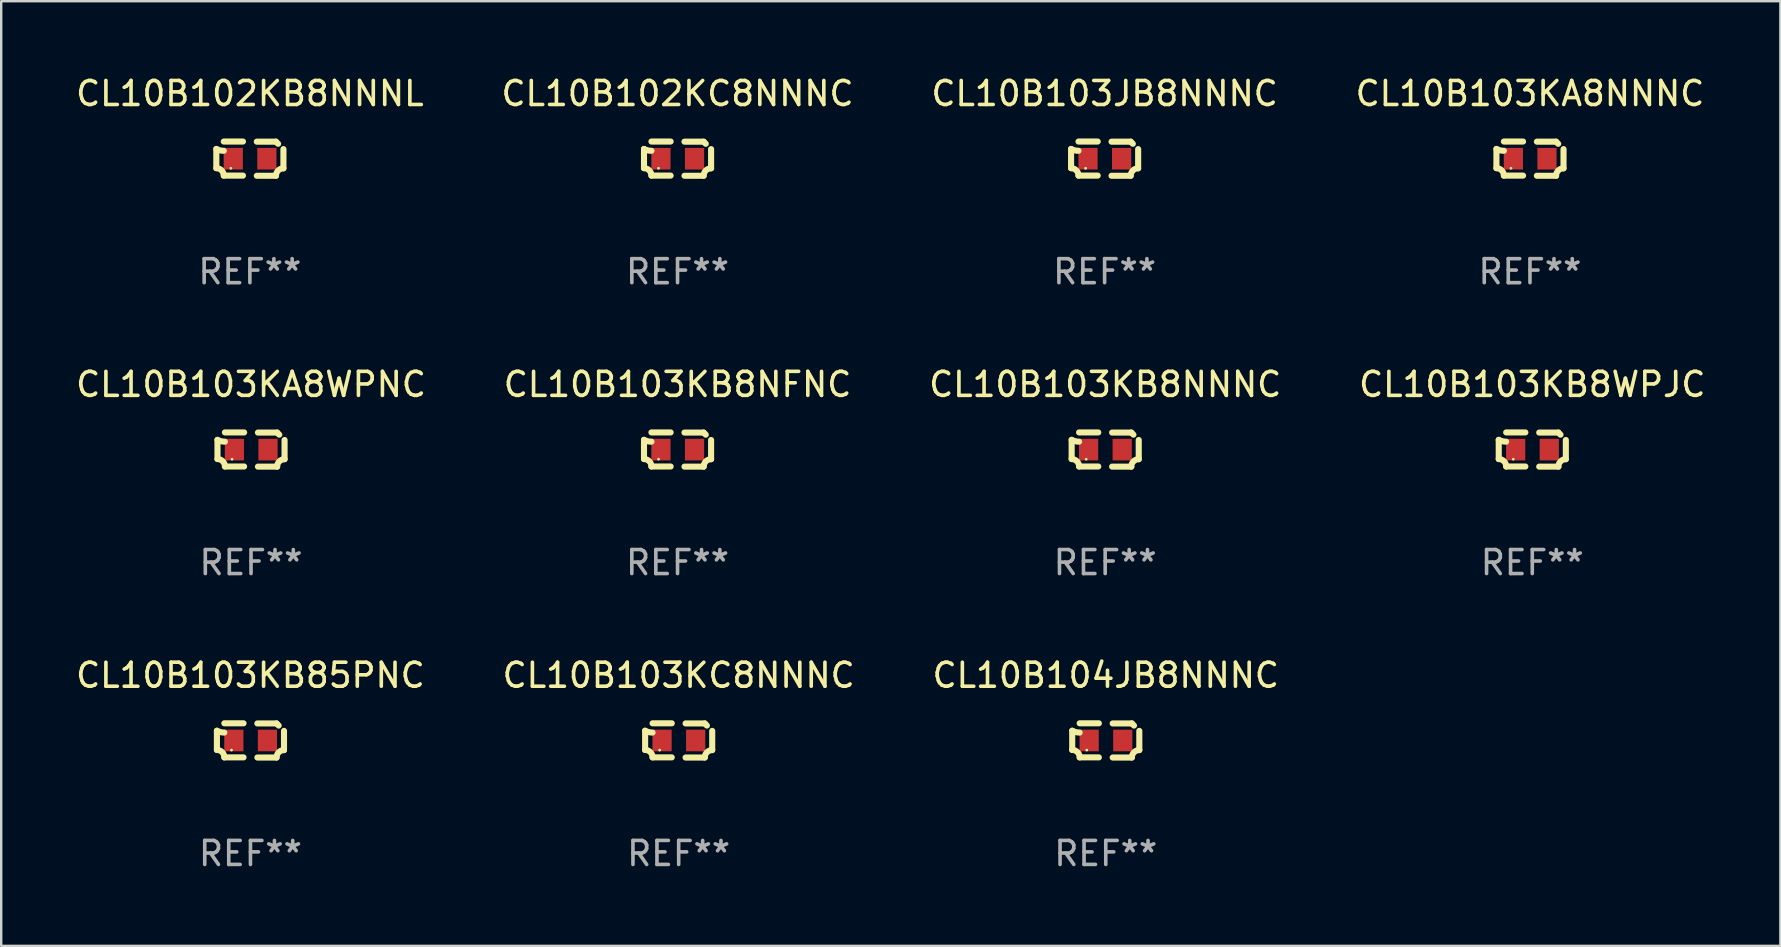
<source format=kicad_pcb>
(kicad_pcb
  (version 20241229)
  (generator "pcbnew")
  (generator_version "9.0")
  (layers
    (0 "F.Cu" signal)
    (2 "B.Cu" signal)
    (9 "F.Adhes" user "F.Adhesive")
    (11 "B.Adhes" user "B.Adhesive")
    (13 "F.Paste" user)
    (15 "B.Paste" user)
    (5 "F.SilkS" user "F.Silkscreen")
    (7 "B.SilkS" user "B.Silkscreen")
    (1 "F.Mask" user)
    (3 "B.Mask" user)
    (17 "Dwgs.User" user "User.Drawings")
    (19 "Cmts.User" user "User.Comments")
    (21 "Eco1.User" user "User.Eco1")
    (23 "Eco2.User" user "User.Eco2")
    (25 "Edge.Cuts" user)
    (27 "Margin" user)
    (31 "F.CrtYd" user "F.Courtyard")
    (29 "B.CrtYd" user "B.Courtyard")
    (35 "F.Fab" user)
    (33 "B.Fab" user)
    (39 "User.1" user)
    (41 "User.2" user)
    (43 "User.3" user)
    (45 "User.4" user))
  (footprint "CL10B103KB8WPJC"
    (layer "F.Cu")
    (at 60.804 15.683)
    (property "Reference" "CL10B103KB8WPJC" (at 0 -2.713 0) (layer "F.SilkS") (effects (font (size 1 1) (thickness 0.15))))
    (attr through_hole)
    (fp_line (start -1.398 -0.403) (end -1.398 0.397) (stroke (width 0.254) (type solid)) (layer "F.SilkS"))
    (fp_line (start -0.288 -0.713) (end -1.088 -0.713) (stroke (width 0.254) (type solid)) (layer "F.SilkS"))
    (fp_line (start -0.288 0.707) (end -1.088 0.707) (stroke (width 0.254) (type solid)) (layer "F.SilkS"))
    (fp_line (start 0.288 -0.707) (end 1.088 -0.707) (stroke (width 0.254) (type solid)) (layer "F.SilkS"))
    (fp_line (start 0.288 0.713) (end 1.088 0.713) (stroke (width 0.254) (type solid)) (layer "F.SilkS"))
    (fp_line (start 1.398 -0.397) (end 1.398 0.403) (stroke (width 0.254) (type solid)) (layer "F.SilkS"))
    (fp_arc (start -1.397789 0.397066) (mid -1.178701 0.487826) (end -1.08796 0.706922) (stroke (width 0.254001) (type solid)) (layer "F.SilkS"))
    (fp_arc (start -1.08796 -0.327176) (mid -1.247436 -0.346384) (end -1.39779 -0.402908) (stroke (width 0.254001) (type solid)) (layer "F.SilkS"))
    (fp_arc (start 1.087909 0.712738) (mid 1.178656 0.493655) (end 1.397739 0.402908) (stroke (width 0.254001) (type solid)) (layer "F.SilkS"))
    (fp_arc (start 1.175925 -0.618926) (mid 1.131917 -0.662923) (end 1.08791 -0.706922) (stroke (width 0.254001) (type solid)) (layer "F.SilkS"))
    (fp_circle (center -0.792 0.403) (end -0.762 0.403) (stroke (width 0.06) (type solid)) (fill no) (layer "F.SilkS"))
    (fp_text user "REF**" (at 0 4.713 0) (layer "F.Fab") (effects (font (size 1 1) (thickness 0.15))))
    (pad "1" smd rect (at -0.692 0.003) (size 0.8 0.9) (layers "F.Cu" "F.Mask" "F.Paste"))
    (pad "2" smd rect (at 0.708 0.003) (size 0.8 0.9) (layers "F.Cu" "F.Mask" "F.Paste")))
  (footprint "CL10B104JB8NNNC"
    (layer "F.Cu")
    (at 43.03 27.805)
    (property "Reference" "CL10B104JB8NNNC" (at 0 -2.713 0) (layer "F.SilkS") (effects (font (size 1 1) (thickness 0.15))))
    (attr through_hole)
    (fp_line (start -1.398 -0.403) (end -1.398 0.397) (stroke (width 0.254) (type solid)) (layer "F.SilkS"))
    (fp_line (start -0.288 -0.713) (end -1.088 -0.713) (stroke (width 0.254) (type solid)) (layer "F.SilkS"))
    (fp_line (start -0.288 0.707) (end -1.088 0.707) (stroke (width 0.254) (type solid)) (layer "F.SilkS"))
    (fp_line (start 0.288 -0.707) (end 1.088 -0.707) (stroke (width 0.254) (type solid)) (layer "F.SilkS"))
    (fp_line (start 0.288 0.713) (end 1.088 0.713) (stroke (width 0.254) (type solid)) (layer "F.SilkS"))
    (fp_line (start 1.398 -0.397) (end 1.398 0.403) (stroke (width 0.254) (type solid)) (layer "F.SilkS"))
    (fp_arc (start -1.397789 0.397066) (mid -1.178701 0.487826) (end -1.08796 0.706922) (stroke (width 0.254001) (type solid)) (layer "F.SilkS"))
    (fp_arc (start -1.08796 -0.327176) (mid -1.247436 -0.346384) (end -1.39779 -0.402908) (stroke (width 0.254001) (type solid)) (layer "F.SilkS"))
    (fp_arc (start 1.087909 0.712738) (mid 1.178656 0.493655) (end 1.397739 0.402908) (stroke (width 0.254001) (type solid)) (layer "F.SilkS"))
    (fp_arc (start 1.175925 -0.618926) (mid 1.131917 -0.662923) (end 1.08791 -0.706922) (stroke (width 0.254001) (type solid)) (layer "F.SilkS"))
    (fp_circle (center -0.792 0.403) (end -0.762 0.403) (stroke (width 0.06) (type solid)) (fill no) (layer "F.SilkS"))
    (fp_text user "REF**" (at 0 4.713 0) (layer "F.Fab") (effects (font (size 1 1) (thickness 0.15))))
    (pad "1" smd rect (at -0.692 0.003) (size 0.8 0.9) (layers "F.Cu" "F.Mask" "F.Paste"))
    (pad "2" smd rect (at 0.708 0.003) (size 0.8 0.9) (layers "F.Cu" "F.Mask" "F.Paste")))
  (footprint "CL10B103KA8WPNC"
    (layer "F.Cu")
    (at 7.411 15.683)
    (property "Reference" "CL10B103KA8WPNC" (at 0 -2.713 0) (layer "F.SilkS") (effects (font (size 1 1) (thickness 0.15))))
    (attr through_hole)
    (fp_line (start -1.398 -0.403) (end -1.398 0.397) (stroke (width 0.254) (type solid)) (layer "F.SilkS"))
    (fp_line (start -0.288 -0.713) (end -1.088 -0.713) (stroke (width 0.254) (type solid)) (layer "F.SilkS"))
    (fp_line (start -0.288 0.707) (end -1.088 0.707) (stroke (width 0.254) (type solid)) (layer "F.SilkS"))
    (fp_line (start 0.288 -0.707) (end 1.088 -0.707) (stroke (width 0.254) (type solid)) (layer "F.SilkS"))
    (fp_line (start 0.288 0.713) (end 1.088 0.713) (stroke (width 0.254) (type solid)) (layer "F.SilkS"))
    (fp_line (start 1.398 -0.397) (end 1.398 0.403) (stroke (width 0.254) (type solid)) (layer "F.SilkS"))
    (fp_arc (start -1.397789 0.397066) (mid -1.178701 0.487826) (end -1.08796 0.706922) (stroke (width 0.254001) (type solid)) (layer "F.SilkS"))
    (fp_arc (start -1.08796 -0.327176) (mid -1.247436 -0.346384) (end -1.39779 -0.402908) (stroke (width 0.254001) (type solid)) (layer "F.SilkS"))
    (fp_arc (start 1.087909 0.712738) (mid 1.178656 0.493655) (end 1.397739 0.402908) (stroke (width 0.254001) (type solid)) (layer "F.SilkS"))
    (fp_arc (start 1.175925 -0.618926) (mid 1.131917 -0.662923) (end 1.08791 -0.706922) (stroke (width 0.254001) (type solid)) (layer "F.SilkS"))
    (fp_circle (center -0.792 0.403) (end -0.762 0.403) (stroke (width 0.06) (type solid)) (fill no) (layer "F.SilkS"))
    (fp_text user "REF**" (at 0 4.713 0) (layer "F.Fab") (effects (font (size 1 1) (thickness 0.15))))
    (pad "1" smd rect (at -0.692 0.003) (size 0.8 0.9) (layers "F.Cu" "F.Mask" "F.Paste"))
    (pad "2" smd rect (at 0.708 0.003) (size 0.8 0.9) (layers "F.Cu" "F.Mask" "F.Paste")))
  (footprint "CL10B103JB8NNNC"
    (layer "F.Cu")
    (at 42.982 3.561)
    (property "Reference" "CL10B103JB8NNNC" (at 0 -2.713 0) (layer "F.SilkS") (effects (font (size 1 1) (thickness 0.15))))
    (attr through_hole)
    (fp_line (start -1.398 -0.403) (end -1.398 0.397) (stroke (width 0.254) (type solid)) (layer "F.SilkS"))
    (fp_line (start -0.288 -0.713) (end -1.088 -0.713) (stroke (width 0.254) (type solid)) (layer "F.SilkS"))
    (fp_line (start -0.288 0.707) (end -1.088 0.707) (stroke (width 0.254) (type solid)) (layer "F.SilkS"))
    (fp_line (start 0.288 -0.707) (end 1.088 -0.707) (stroke (width 0.254) (type solid)) (layer "F.SilkS"))
    (fp_line (start 0.288 0.713) (end 1.088 0.713) (stroke (width 0.254) (type solid)) (layer "F.SilkS"))
    (fp_line (start 1.398 -0.397) (end 1.398 0.403) (stroke (width 0.254) (type solid)) (layer "F.SilkS"))
    (fp_arc (start -1.397789 0.397066) (mid -1.178701 0.487826) (end -1.08796 0.706922) (stroke (width 0.254001) (type solid)) (layer "F.SilkS"))
    (fp_arc (start -1.08796 -0.327176) (mid -1.247436 -0.346384) (end -1.39779 -0.402908) (stroke (width 0.254001) (type solid)) (layer "F.SilkS"))
    (fp_arc (start 1.087909 0.712738) (mid 1.178656 0.493655) (end 1.397739 0.402908) (stroke (width 0.254001) (type solid)) (layer "F.SilkS"))
    (fp_arc (start 1.175925 -0.618926) (mid 1.131917 -0.662923) (end 1.08791 -0.706922) (stroke (width 0.254001) (type solid)) (layer "F.SilkS"))
    (fp_circle (center -0.792 0.403) (end -0.762 0.403) (stroke (width 0.06) (type solid)) (fill no) (layer "F.SilkS"))
    (fp_text user "REF**" (at 0 4.713 0) (layer "F.Fab") (effects (font (size 1 1) (thickness 0.15))))
    (pad "1" smd rect (at -0.692 0.003) (size 0.8 0.9) (layers "F.Cu" "F.Mask" "F.Paste"))
    (pad "2" smd rect (at 0.708 0.003) (size 0.8 0.9) (layers "F.Cu" "F.Mask" "F.Paste")))
  (footprint "CL10B103KB8NNNC"
    (layer "F.Cu")
    (at 43.006 15.683)
    (property "Reference" "CL10B103KB8NNNC" (at 0 -2.713 0) (layer "F.SilkS") (effects (font (size 1 1) (thickness 0.15))))
    (attr through_hole)
    (fp_line (start -1.398 -0.403) (end -1.398 0.397) (stroke (width 0.254) (type solid)) (layer "F.SilkS"))
    (fp_line (start -0.288 -0.713) (end -1.088 -0.713) (stroke (width 0.254) (type solid)) (layer "F.SilkS"))
    (fp_line (start -0.288 0.707) (end -1.088 0.707) (stroke (width 0.254) (type solid)) (layer "F.SilkS"))
    (fp_line (start 0.288 -0.707) (end 1.088 -0.707) (stroke (width 0.254) (type solid)) (layer "F.SilkS"))
    (fp_line (start 0.288 0.713) (end 1.088 0.713) (stroke (width 0.254) (type solid)) (layer "F.SilkS"))
    (fp_line (start 1.398 -0.397) (end 1.398 0.403) (stroke (width 0.254) (type solid)) (layer "F.SilkS"))
    (fp_arc (start -1.397789 0.397066) (mid -1.178701 0.487826) (end -1.08796 0.706922) (stroke (width 0.254001) (type solid)) (layer "F.SilkS"))
    (fp_arc (start -1.08796 -0.327176) (mid -1.247436 -0.346384) (end -1.39779 -0.402908) (stroke (width 0.254001) (type solid)) (layer "F.SilkS"))
    (fp_arc (start 1.087909 0.712738) (mid 1.178656 0.493655) (end 1.397739 0.402908) (stroke (width 0.254001) (type solid)) (layer "F.SilkS"))
    (fp_arc (start 1.175925 -0.618926) (mid 1.131917 -0.662923) (end 1.08791 -0.706922) (stroke (width 0.254001) (type solid)) (layer "F.SilkS"))
    (fp_circle (center -0.792 0.403) (end -0.762 0.403) (stroke (width 0.06) (type solid)) (fill no) (layer "F.SilkS"))
    (fp_text user "REF**" (at 0 4.713 0) (layer "F.Fab") (effects (font (size 1 1) (thickness 0.15))))
    (pad "1" smd rect (at -0.692 0.003) (size 0.8 0.9) (layers "F.Cu" "F.Mask" "F.Paste"))
    (pad "2" smd rect (at 0.708 0.003) (size 0.8 0.9) (layers "F.Cu" "F.Mask" "F.Paste")))
  (footprint "CL10B103KB8NFNC"
    (layer "F.Cu")
    (at 25.185 15.683)
    (property "Reference" "CL10B103KB8NFNC" (at 0 -2.713 0) (layer "F.SilkS") (effects (font (size 1 1) (thickness 0.15))))
    (attr through_hole)
    (fp_line (start -1.398 -0.403) (end -1.398 0.397) (stroke (width 0.254) (type solid)) (layer "F.SilkS"))
    (fp_line (start -0.288 -0.713) (end -1.088 -0.713) (stroke (width 0.254) (type solid)) (layer "F.SilkS"))
    (fp_line (start -0.288 0.707) (end -1.088 0.707) (stroke (width 0.254) (type solid)) (layer "F.SilkS"))
    (fp_line (start 0.288 -0.707) (end 1.088 -0.707) (stroke (width 0.254) (type solid)) (layer "F.SilkS"))
    (fp_line (start 0.288 0.713) (end 1.088 0.713) (stroke (width 0.254) (type solid)) (layer "F.SilkS"))
    (fp_line (start 1.398 -0.397) (end 1.398 0.403) (stroke (width 0.254) (type solid)) (layer "F.SilkS"))
    (fp_arc (start -1.397789 0.397066) (mid -1.178701 0.487826) (end -1.08796 0.706922) (stroke (width 0.254001) (type solid)) (layer "F.SilkS"))
    (fp_arc (start -1.08796 -0.327176) (mid -1.247436 -0.346384) (end -1.39779 -0.402908) (stroke (width 0.254001) (type solid)) (layer "F.SilkS"))
    (fp_arc (start 1.087909 0.712738) (mid 1.178656 0.493655) (end 1.397739 0.402908) (stroke (width 0.254001) (type solid)) (layer "F.SilkS"))
    (fp_arc (start 1.175925 -0.618926) (mid 1.131917 -0.662923) (end 1.08791 -0.706922) (stroke (width 0.254001) (type solid)) (layer "F.SilkS"))
    (fp_circle (center -0.792 0.403) (end -0.762 0.403) (stroke (width 0.06) (type solid)) (fill no) (layer "F.SilkS"))
    (fp_text user "REF**" (at 0 4.713 0) (layer "F.Fab") (effects (font (size 1 1) (thickness 0.15))))
    (pad "1" smd rect (at -0.692 0.003) (size 0.8 0.9) (layers "F.Cu" "F.Mask" "F.Paste"))
    (pad "2" smd rect (at 0.708 0.003) (size 0.8 0.9) (layers "F.Cu" "F.Mask" "F.Paste")))
  (footprint "CL10B103KA8NNNC"
    (layer "F.Cu")
    (at 60.708 3.561)
    (property "Reference" "CL10B103KA8NNNC" (at 0 -2.713 0) (layer "F.SilkS") (effects (font (size 1 1) (thickness 0.15))))
    (attr through_hole)
    (fp_line (start -1.398 -0.403) (end -1.398 0.397) (stroke (width 0.254) (type solid)) (layer "F.SilkS"))
    (fp_line (start -0.288 -0.713) (end -1.088 -0.713) (stroke (width 0.254) (type solid)) (layer "F.SilkS"))
    (fp_line (start -0.288 0.707) (end -1.088 0.707) (stroke (width 0.254) (type solid)) (layer "F.SilkS"))
    (fp_line (start 0.288 -0.707) (end 1.088 -0.707) (stroke (width 0.254) (type solid)) (layer "F.SilkS"))
    (fp_line (start 0.288 0.713) (end 1.088 0.713) (stroke (width 0.254) (type solid)) (layer "F.SilkS"))
    (fp_line (start 1.398 -0.397) (end 1.398 0.403) (stroke (width 0.254) (type solid)) (layer "F.SilkS"))
    (fp_arc (start -1.397789 0.397066) (mid -1.178701 0.487826) (end -1.08796 0.706922) (stroke (width 0.254001) (type solid)) (layer "F.SilkS"))
    (fp_arc (start -1.08796 -0.327176) (mid -1.247436 -0.346384) (end -1.39779 -0.402908) (stroke (width 0.254001) (type solid)) (layer "F.SilkS"))
    (fp_arc (start 1.087909 0.712738) (mid 1.178656 0.493655) (end 1.397739 0.402908) (stroke (width 0.254001) (type solid)) (layer "F.SilkS"))
    (fp_arc (start 1.175925 -0.618926) (mid 1.131917 -0.662923) (end 1.08791 -0.706922) (stroke (width 0.254001) (type solid)) (layer "F.SilkS"))
    (fp_circle (center -0.792 0.403) (end -0.762 0.403) (stroke (width 0.06) (type solid)) (fill no) (layer "F.SilkS"))
    (fp_text user "REF**" (at 0 4.713 0) (layer "F.Fab") (effects (font (size 1 1) (thickness 0.15))))
    (pad "1" smd rect (at -0.692 0.003) (size 0.8 0.9) (layers "F.Cu" "F.Mask" "F.Paste"))
    (pad "2" smd rect (at 0.708 0.003) (size 0.8 0.9) (layers "F.Cu" "F.Mask" "F.Paste")))
  (footprint "CL10B103KB85PNC"
    (layer "F.Cu")
    (at 7.387 27.805)
    (property "Reference" "CL10B103KB85PNC" (at 0 -2.713 0) (layer "F.SilkS") (effects (font (size 1 1) (thickness 0.15))))
    (attr through_hole)
    (fp_line (start -1.398 -0.403) (end -1.398 0.397) (stroke (width 0.254) (type solid)) (layer "F.SilkS"))
    (fp_line (start -0.288 -0.713) (end -1.088 -0.713) (stroke (width 0.254) (type solid)) (layer "F.SilkS"))
    (fp_line (start -0.288 0.707) (end -1.088 0.707) (stroke (width 0.254) (type solid)) (layer "F.SilkS"))
    (fp_line (start 0.288 -0.707) (end 1.088 -0.707) (stroke (width 0.254) (type solid)) (layer "F.SilkS"))
    (fp_line (start 0.288 0.713) (end 1.088 0.713) (stroke (width 0.254) (type solid)) (layer "F.SilkS"))
    (fp_line (start 1.398 -0.397) (end 1.398 0.403) (stroke (width 0.254) (type solid)) (layer "F.SilkS"))
    (fp_arc (start -1.397789 0.397066) (mid -1.178701 0.487826) (end -1.08796 0.706922) (stroke (width 0.254001) (type solid)) (layer "F.SilkS"))
    (fp_arc (start -1.08796 -0.327176) (mid -1.247436 -0.346384) (end -1.39779 -0.402908) (stroke (width 0.254001) (type solid)) (layer "F.SilkS"))
    (fp_arc (start 1.087909 0.712738) (mid 1.178656 0.493655) (end 1.397739 0.402908) (stroke (width 0.254001) (type solid)) (layer "F.SilkS"))
    (fp_arc (start 1.175925 -0.618926) (mid 1.131917 -0.662923) (end 1.08791 -0.706922) (stroke (width 0.254001) (type solid)) (layer "F.SilkS"))
    (fp_circle (center -0.792 0.403) (end -0.762 0.403) (stroke (width 0.06) (type solid)) (fill no) (layer "F.SilkS"))
    (fp_text user "REF**" (at 0 4.713 0) (layer "F.Fab") (effects (font (size 1 1) (thickness 0.15))))
    (pad "1" smd rect (at -0.692 0.003) (size 0.8 0.9) (layers "F.Cu" "F.Mask" "F.Paste"))
    (pad "2" smd rect (at 0.708 0.003) (size 0.8 0.9) (layers "F.Cu" "F.Mask" "F.Paste")))
  (footprint "CL10B103KC8NNNC"
    (layer "F.Cu")
    (at 25.232 27.805)
    (property "Reference" "CL10B103KC8NNNC" (at 0 -2.713 0) (layer "F.SilkS") (effects (font (size 1 1) (thickness 0.15))))
    (attr through_hole)
    (fp_line (start -1.398 -0.403) (end -1.398 0.397) (stroke (width 0.254) (type solid)) (layer "F.SilkS"))
    (fp_line (start -0.288 -0.713) (end -1.088 -0.713) (stroke (width 0.254) (type solid)) (layer "F.SilkS"))
    (fp_line (start -0.288 0.707) (end -1.088 0.707) (stroke (width 0.254) (type solid)) (layer "F.SilkS"))
    (fp_line (start 0.288 -0.707) (end 1.088 -0.707) (stroke (width 0.254) (type solid)) (layer "F.SilkS"))
    (fp_line (start 0.288 0.713) (end 1.088 0.713) (stroke (width 0.254) (type solid)) (layer "F.SilkS"))
    (fp_line (start 1.398 -0.397) (end 1.398 0.403) (stroke (width 0.254) (type solid)) (layer "F.SilkS"))
    (fp_arc (start -1.397789 0.397066) (mid -1.178701 0.487826) (end -1.08796 0.706922) (stroke (width 0.254001) (type solid)) (layer "F.SilkS"))
    (fp_arc (start -1.08796 -0.327176) (mid -1.247436 -0.346384) (end -1.39779 -0.402908) (stroke (width 0.254001) (type solid)) (layer "F.SilkS"))
    (fp_arc (start 1.087909 0.712738) (mid 1.178656 0.493655) (end 1.397739 0.402908) (stroke (width 0.254001) (type solid)) (layer "F.SilkS"))
    (fp_arc (start 1.175925 -0.618926) (mid 1.131917 -0.662923) (end 1.08791 -0.706922) (stroke (width 0.254001) (type solid)) (layer "F.SilkS"))
    (fp_circle (center -0.792 0.403) (end -0.762 0.403) (stroke (width 0.06) (type solid)) (fill no) (layer "F.SilkS"))
    (fp_text user "REF**" (at 0 4.713 0) (layer "F.Fab") (effects (font (size 1 1) (thickness 0.15))))
    (pad "1" smd rect (at -0.692 0.003) (size 0.8 0.9) (layers "F.Cu" "F.Mask" "F.Paste"))
    (pad "2" smd rect (at 0.708 0.003) (size 0.8 0.9) (layers "F.Cu" "F.Mask" "F.Paste")))
  (footprint "CL10B102KC8NNNC"
    (layer "F.Cu")
    (at 25.185 3.561)
    (property "Reference" "CL10B102KC8NNNC" (at 0 -2.713 0) (layer "F.SilkS") (effects (font (size 1 1) (thickness 0.15))))
    (attr through_hole)
    (fp_line (start -1.398 -0.403) (end -1.398 0.397) (stroke (width 0.254) (type solid)) (layer "F.SilkS"))
    (fp_line (start -0.288 -0.713) (end -1.088 -0.713) (stroke (width 0.254) (type solid)) (layer "F.SilkS"))
    (fp_line (start -0.288 0.707) (end -1.088 0.707) (stroke (width 0.254) (type solid)) (layer "F.SilkS"))
    (fp_line (start 0.288 -0.707) (end 1.088 -0.707) (stroke (width 0.254) (type solid)) (layer "F.SilkS"))
    (fp_line (start 0.288 0.713) (end 1.088 0.713) (stroke (width 0.254) (type solid)) (layer "F.SilkS"))
    (fp_line (start 1.398 -0.397) (end 1.398 0.403) (stroke (width 0.254) (type solid)) (layer "F.SilkS"))
    (fp_arc (start -1.397789 0.397066) (mid -1.178701 0.487826) (end -1.08796 0.706922) (stroke (width 0.254001) (type solid)) (layer "F.SilkS"))
    (fp_arc (start -1.08796 -0.327176) (mid -1.247436 -0.346384) (end -1.39779 -0.402908) (stroke (width 0.254001) (type solid)) (layer "F.SilkS"))
    (fp_arc (start 1.087909 0.712738) (mid 1.178656 0.493655) (end 1.397739 0.402908) (stroke (width 0.254001) (type solid)) (layer "F.SilkS"))
    (fp_arc (start 1.175925 -0.618926) (mid 1.131917 -0.662923) (end 1.08791 -0.706922) (stroke (width 0.254001) (type solid)) (layer "F.SilkS"))
    (fp_circle (center -0.792 0.403) (end -0.762 0.403) (stroke (width 0.06) (type solid)) (fill no) (layer "F.SilkS"))
    (fp_text user "REF**" (at 0 4.713 0) (layer "F.Fab") (effects (font (size 1 1) (thickness 0.15))))
    (pad "1" smd rect (at -0.692 0.003) (size 0.8 0.9) (layers "F.Cu" "F.Mask" "F.Paste"))
    (pad "2" smd rect (at 0.708 0.003) (size 0.8 0.9) (layers "F.Cu" "F.Mask" "F.Paste")))
  (footprint "CL10B102KB8NNNL"
    (layer "F.Cu")
    (at 7.363 3.561)
    (property "Reference" "CL10B102KB8NNNL" (at 0 -2.713 0) (layer "F.SilkS") (effects (font (size 1 1) (thickness 0.15))))
    (attr through_hole)
    (fp_line (start -1.398 -0.403) (end -1.398 0.397) (stroke (width 0.254) (type solid)) (layer "F.SilkS"))
    (fp_line (start -0.288 -0.713) (end -1.088 -0.713) (stroke (width 0.254) (type solid)) (layer "F.SilkS"))
    (fp_line (start -0.288 0.707) (end -1.088 0.707) (stroke (width 0.254) (type solid)) (layer "F.SilkS"))
    (fp_line (start 0.288 -0.707) (end 1.088 -0.707) (stroke (width 0.254) (type solid)) (layer "F.SilkS"))
    (fp_line (start 0.288 0.713) (end 1.088 0.713) (stroke (width 0.254) (type solid)) (layer "F.SilkS"))
    (fp_line (start 1.398 -0.397) (end 1.398 0.403) (stroke (width 0.254) (type solid)) (layer "F.SilkS"))
    (fp_arc (start -1.397789 0.397066) (mid -1.178701 0.487826) (end -1.08796 0.706922) (stroke (width 0.254001) (type solid)) (layer "F.SilkS"))
    (fp_arc (start -1.08796 -0.327176) (mid -1.247436 -0.346384) (end -1.39779 -0.402908) (stroke (width 0.254001) (type solid)) (layer "F.SilkS"))
    (fp_arc (start 1.087909 0.712738) (mid 1.178656 0.493655) (end 1.397739 0.402908) (stroke (width 0.254001) (type solid)) (layer "F.SilkS"))
    (fp_arc (start 1.175925 -0.618926) (mid 1.131917 -0.662923) (end 1.08791 -0.706922) (stroke (width 0.254001) (type solid)) (layer "F.SilkS"))
    (fp_circle (center -0.792 0.403) (end -0.762 0.403) (stroke (width 0.06) (type solid)) (fill no) (layer "F.SilkS"))
    (fp_text user "REF**" (at 0 4.713 0) (layer "F.Fab") (effects (font (size 1 1) (thickness 0.15))))
    (pad "1" smd rect (at -0.692 0.003) (size 0.8 0.9) (layers "F.Cu" "F.Mask" "F.Paste"))
    (pad "2" smd rect (at 0.708 0.003) (size 0.8 0.9) (layers "F.Cu" "F.Mask" "F.Paste")))
  (gr_rect
    (start -3 -3)
    (end 71.143 36.366)
    (stroke (width 0.1) (type default))
    (fill no)
    (layer "Edge.Cuts")))
</source>
